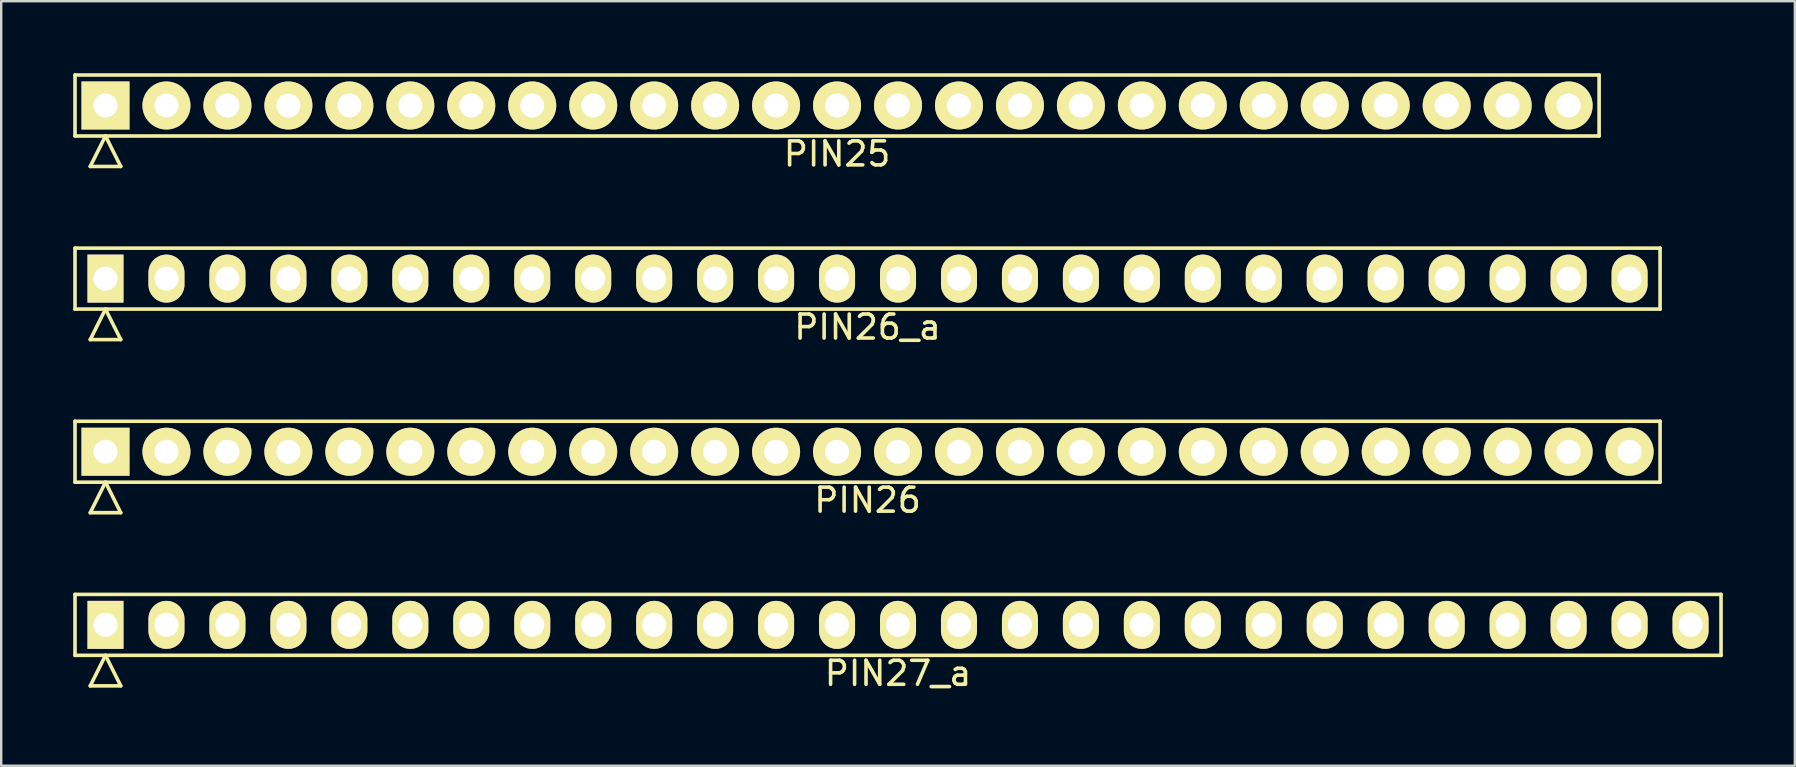
<source format=kicad_pcb>
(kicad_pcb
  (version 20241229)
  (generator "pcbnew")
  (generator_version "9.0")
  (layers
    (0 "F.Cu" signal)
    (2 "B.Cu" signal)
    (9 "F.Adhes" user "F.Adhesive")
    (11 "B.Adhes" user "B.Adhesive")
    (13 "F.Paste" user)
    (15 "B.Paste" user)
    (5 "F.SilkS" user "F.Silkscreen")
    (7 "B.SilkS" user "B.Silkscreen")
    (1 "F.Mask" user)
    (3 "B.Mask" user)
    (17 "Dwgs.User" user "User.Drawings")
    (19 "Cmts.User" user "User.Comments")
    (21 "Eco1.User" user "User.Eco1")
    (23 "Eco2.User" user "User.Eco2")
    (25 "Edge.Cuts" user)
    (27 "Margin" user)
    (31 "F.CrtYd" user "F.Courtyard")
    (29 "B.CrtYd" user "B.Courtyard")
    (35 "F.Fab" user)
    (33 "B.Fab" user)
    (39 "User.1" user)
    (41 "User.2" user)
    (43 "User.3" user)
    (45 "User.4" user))
  (footprint "PIN26"
    (layer "F.Cu")
    (at 33.095 15.771)
    (property "Reference" "PIN26" (at 0 2.02 0) (layer "F.SilkS") (effects (font (size 1 1) (thickness 0.15))))
    (attr through_hole)
    (fp_line (start -33.02 -1.27) (end -33.02 1.27) (stroke (width 0.15) (type solid)) (layer "F.SilkS"))
    (fp_line (start -33.02 1.27) (end 33.02 1.27) (stroke (width 0.15) (type solid)) (layer "F.SilkS"))
    (fp_line (start -32.385 2.54) (end -31.75 1.27) (stroke (width 0.15) (type solid)) (layer "F.SilkS"))
    (fp_line (start -32.385 2.54) (end -31.115 2.54) (stroke (width 0.15) (type solid)) (layer "F.SilkS"))
    (fp_line (start -31.115 2.54) (end -31.75 1.27) (stroke (width 0.15) (type solid)) (layer "F.SilkS"))
    (fp_line (start 33.02 -1.27) (end -33.02 -1.27) (stroke (width 0.15) (type solid)) (layer "F.SilkS"))
    (fp_line (start 33.02 1.27) (end 33.02 -1.27) (stroke (width 0.15) (type solid)) (layer "F.SilkS"))
    (pad "1" thru_hole rect (at -31.75 0) (size 2 2) (drill 1) (layers "*.Cu" "*.Mask" "F.SilkS"))
    (pad "2" thru_hole oval (at -29.21 0) (size 2 2) (drill 1) (layers "*.Cu" "*.Mask" "F.SilkS"))
    (pad "3" thru_hole oval (at -26.67 0) (size 2 2) (drill 1) (layers "*.Cu" "*.Mask" "F.SilkS"))
    (pad "4" thru_hole oval (at -24.13 0) (size 2 2) (drill 1) (layers "*.Cu" "*.Mask" "F.SilkS"))
    (pad "5" thru_hole oval (at -21.59 0) (size 2 2) (drill 1) (layers "*.Cu" "*.Mask" "F.SilkS"))
    (pad "6" thru_hole oval (at -19.05 0) (size 2 2) (drill 1) (layers "*.Cu" "*.Mask" "F.SilkS"))
    (pad "7" thru_hole oval (at -16.51 0) (size 2 2) (drill 1) (layers "*.Cu" "*.Mask" "F.SilkS"))
    (pad "8" thru_hole oval (at -13.97 0) (size 2 2) (drill 1) (layers "*.Cu" "*.Mask" "F.SilkS"))
    (pad "9" thru_hole oval (at -11.43 0) (size 2 2) (drill 1) (layers "*.Cu" "*.Mask" "F.SilkS"))
    (pad "10" thru_hole oval (at -8.89 0) (size 2 2) (drill 1) (layers "*.Cu" "*.Mask" "F.SilkS"))
    (pad "11" thru_hole oval (at -6.35 0) (size 2 2) (drill 1) (layers "*.Cu" "*.Mask" "F.SilkS"))
    (pad "12" thru_hole oval (at -3.81 0) (size 2 2) (drill 1) (layers "*.Cu" "*.Mask" "F.SilkS"))
    (pad "13" thru_hole oval (at -1.27 0) (size 2 2) (drill 1) (layers "*.Cu" "*.Mask" "F.SilkS"))
    (pad "14" thru_hole oval (at 1.27 0) (size 2 2) (drill 1) (layers "*.Cu" "*.Mask" "F.SilkS"))
    (pad "15" thru_hole oval (at 3.81 0) (size 2 2) (drill 1) (layers "*.Cu" "*.Mask" "F.SilkS"))
    (pad "16" thru_hole oval (at 6.35 0) (size 2 2) (drill 1) (layers "*.Cu" "*.Mask" "F.SilkS"))
    (pad "17" thru_hole oval (at 8.89 0) (size 2 2) (drill 1) (layers "*.Cu" "*.Mask" "F.SilkS"))
    (pad "18" thru_hole oval (at 11.43 0) (size 2 2) (drill 1) (layers "*.Cu" "*.Mask" "F.SilkS"))
    (pad "19" thru_hole oval (at 13.97 0) (size 2 2) (drill 1) (layers "*.Cu" "*.Mask" "F.SilkS"))
    (pad "20" thru_hole oval (at 16.51 0) (size 2 2) (drill 1) (layers "*.Cu" "*.Mask" "F.SilkS"))
    (pad "21" thru_hole oval (at 19.05 0) (size 2 2) (drill 1) (layers "*.Cu" "*.Mask" "F.SilkS"))
    (pad "22" thru_hole oval (at 21.59 0) (size 2 2) (drill 1) (layers "*.Cu" "*.Mask" "F.SilkS"))
    (pad "23" thru_hole oval (at 24.13 0) (size 2 2) (drill 1) (layers "*.Cu" "*.Mask" "F.SilkS"))
    (pad "24" thru_hole oval (at 26.67 0) (size 2 2) (drill 1) (layers "*.Cu" "*.Mask" "F.SilkS"))
    (pad "25" thru_hole oval (at 29.21 0) (size 2 2) (drill 1) (layers "*.Cu" "*.Mask" "F.SilkS"))
    (pad "26" thru_hole oval (at 31.75 0) (size 2 2) (drill 1) (layers "*.Cu" "*.Mask" "F.SilkS")))
  (footprint "PIN27_a"
    (layer "F.Cu")
    (at 34.365 22.985)
    (property "Reference" "PIN27_a" (at 0 2.02 0) (layer "F.SilkS") (effects (font (size 1 1) (thickness 0.15))))
    (attr through_hole)
    (fp_line (start -34.29 -1.27) (end -34.29 1.27) (stroke (width 0.15) (type solid)) (layer "F.SilkS"))
    (fp_line (start -34.29 1.27) (end 34.29 1.27) (stroke (width 0.15) (type solid)) (layer "F.SilkS"))
    (fp_line (start -33.655 2.54) (end -33.02 1.27) (stroke (width 0.15) (type solid)) (layer "F.SilkS"))
    (fp_line (start -33.655 2.54) (end -32.385 2.54) (stroke (width 0.15) (type solid)) (layer "F.SilkS"))
    (fp_line (start -32.385 2.54) (end -33.02 1.27) (stroke (width 0.15) (type solid)) (layer "F.SilkS"))
    (fp_line (start 34.29 -1.27) (end -34.29 -1.27) (stroke (width 0.15) (type solid)) (layer "F.SilkS"))
    (fp_line (start 34.29 1.27) (end 34.29 -1.27) (stroke (width 0.15) (type solid)) (layer "F.SilkS"))
    (pad "1" thru_hole rect (at -33.02 0) (size 1.5 2) (drill 1) (layers "*.Cu" "*.Mask" "F.SilkS"))
    (pad "2" thru_hole oval (at -30.48 0) (size 1.5 2) (drill 1) (layers "*.Cu" "*.Mask" "F.SilkS"))
    (pad "3" thru_hole oval (at -27.94 0) (size 1.5 2) (drill 1) (layers "*.Cu" "*.Mask" "F.SilkS"))
    (pad "4" thru_hole oval (at -25.4 0) (size 1.5 2) (drill 1) (layers "*.Cu" "*.Mask" "F.SilkS"))
    (pad "5" thru_hole oval (at -22.86 0) (size 1.5 2) (drill 1) (layers "*.Cu" "*.Mask" "F.SilkS"))
    (pad "6" thru_hole oval (at -20.32 0) (size 1.5 2) (drill 1) (layers "*.Cu" "*.Mask" "F.SilkS"))
    (pad "7" thru_hole oval (at -17.78 0) (size 1.5 2) (drill 1) (layers "*.Cu" "*.Mask" "F.SilkS"))
    (pad "8" thru_hole oval (at -15.24 0) (size 1.5 2) (drill 1) (layers "*.Cu" "*.Mask" "F.SilkS"))
    (pad "9" thru_hole oval (at -12.7 0) (size 1.5 2) (drill 1) (layers "*.Cu" "*.Mask" "F.SilkS"))
    (pad "10" thru_hole oval (at -10.16 0) (size 1.5 2) (drill 1) (layers "*.Cu" "*.Mask" "F.SilkS"))
    (pad "11" thru_hole oval (at -7.62 0) (size 1.5 2) (drill 1) (layers "*.Cu" "*.Mask" "F.SilkS"))
    (pad "12" thru_hole oval (at -5.08 0) (size 1.5 2) (drill 1) (layers "*.Cu" "*.Mask" "F.SilkS"))
    (pad "13" thru_hole oval (at -2.54 0) (size 1.5 2) (drill 1) (layers "*.Cu" "*.Mask" "F.SilkS"))
    (pad "14" thru_hole oval (at 0 0) (size 1.5 2) (drill 1) (layers "*.Cu" "*.Mask" "F.SilkS"))
    (pad "15" thru_hole oval (at 2.54 0) (size 1.5 2) (drill 1) (layers "*.Cu" "*.Mask" "F.SilkS"))
    (pad "16" thru_hole oval (at 5.08 0) (size 1.5 2) (drill 1) (layers "*.Cu" "*.Mask" "F.SilkS"))
    (pad "17" thru_hole oval (at 7.62 0) (size 1.5 2) (drill 1) (layers "*.Cu" "*.Mask" "F.SilkS"))
    (pad "18" thru_hole oval (at 10.16 0) (size 1.5 2) (drill 1) (layers "*.Cu" "*.Mask" "F.SilkS"))
    (pad "19" thru_hole oval (at 12.7 0) (size 1.5 2) (drill 1) (layers "*.Cu" "*.Mask" "F.SilkS"))
    (pad "20" thru_hole oval (at 15.24 0) (size 1.5 2) (drill 1) (layers "*.Cu" "*.Mask" "F.SilkS"))
    (pad "21" thru_hole oval (at 17.78 0) (size 1.5 2) (drill 1) (layers "*.Cu" "*.Mask" "F.SilkS"))
    (pad "22" thru_hole oval (at 20.32 0) (size 1.5 2) (drill 1) (layers "*.Cu" "*.Mask" "F.SilkS"))
    (pad "23" thru_hole oval (at 22.86 0) (size 1.5 2) (drill 1) (layers "*.Cu" "*.Mask" "F.SilkS"))
    (pad "24" thru_hole oval (at 25.4 0) (size 1.5 2) (drill 1) (layers "*.Cu" "*.Mask" "F.SilkS"))
    (pad "25" thru_hole oval (at 27.94 0) (size 1.5 2) (drill 1) (layers "*.Cu" "*.Mask" "F.SilkS"))
    (pad "26" thru_hole oval (at 30.48 0) (size 1.5 2) (drill 1) (layers "*.Cu" "*.Mask" "F.SilkS"))
    (pad "27" thru_hole oval (at 33.02 0) (size 1.5 2) (drill 1) (layers "*.Cu" "*.Mask" "F.SilkS")))
  (footprint "PIN25"
    (layer "F.Cu")
    (at 31.825 1.345)
    (property "Reference" "PIN25" (at 0 2.02 0) (layer "F.SilkS") (effects (font (size 1 1) (thickness 0.15))))
    (attr through_hole)
    (fp_line (start -31.75 -1.27) (end -31.75 1.27) (stroke (width 0.15) (type solid)) (layer "F.SilkS"))
    (fp_line (start -31.75 1.27) (end 31.75 1.27) (stroke (width 0.15) (type solid)) (layer "F.SilkS"))
    (fp_line (start -31.115 2.54) (end -30.48 1.27) (stroke (width 0.15) (type solid)) (layer "F.SilkS"))
    (fp_line (start -31.115 2.54) (end -29.845 2.54) (stroke (width 0.15) (type solid)) (layer "F.SilkS"))
    (fp_line (start -29.845 2.54) (end -30.48 1.27) (stroke (width 0.15) (type solid)) (layer "F.SilkS"))
    (fp_line (start 31.75 -1.27) (end -31.75 -1.27) (stroke (width 0.15) (type solid)) (layer "F.SilkS"))
    (fp_line (start 31.75 1.27) (end 31.75 -1.27) (stroke (width 0.15) (type solid)) (layer "F.SilkS"))
    (pad "1" thru_hole rect (at -30.48 0) (size 2 2) (drill 1) (layers "*.Cu" "*.Mask" "F.SilkS"))
    (pad "2" thru_hole oval (at -27.94 0) (size 2 2) (drill 1) (layers "*.Cu" "*.Mask" "F.SilkS"))
    (pad "3" thru_hole oval (at -25.4 0) (size 2 2) (drill 1) (layers "*.Cu" "*.Mask" "F.SilkS"))
    (pad "4" thru_hole oval (at -22.86 0) (size 2 2) (drill 1) (layers "*.Cu" "*.Mask" "F.SilkS"))
    (pad "5" thru_hole oval (at -20.32 0) (size 2 2) (drill 1) (layers "*.Cu" "*.Mask" "F.SilkS"))
    (pad "6" thru_hole oval (at -17.78 0) (size 2 2) (drill 1) (layers "*.Cu" "*.Mask" "F.SilkS"))
    (pad "7" thru_hole oval (at -15.24 0) (size 2 2) (drill 1) (layers "*.Cu" "*.Mask" "F.SilkS"))
    (pad "8" thru_hole oval (at -12.7 0) (size 2 2) (drill 1) (layers "*.Cu" "*.Mask" "F.SilkS"))
    (pad "9" thru_hole oval (at -10.16 0) (size 2 2) (drill 1) (layers "*.Cu" "*.Mask" "F.SilkS"))
    (pad "10" thru_hole oval (at -7.62 0) (size 2 2) (drill 1) (layers "*.Cu" "*.Mask" "F.SilkS"))
    (pad "11" thru_hole oval (at -5.08 0) (size 2 2) (drill 1) (layers "*.Cu" "*.Mask" "F.SilkS"))
    (pad "12" thru_hole oval (at -2.54 0) (size 2 2) (drill 1) (layers "*.Cu" "*.Mask" "F.SilkS"))
    (pad "13" thru_hole oval (at 0 0) (size 2 2) (drill 1) (layers "*.Cu" "*.Mask" "F.SilkS"))
    (pad "14" thru_hole oval (at 2.54 0) (size 2 2) (drill 1) (layers "*.Cu" "*.Mask" "F.SilkS"))
    (pad "15" thru_hole oval (at 5.08 0) (size 2 2) (drill 1) (layers "*.Cu" "*.Mask" "F.SilkS"))
    (pad "16" thru_hole oval (at 7.62 0) (size 2 2) (drill 1) (layers "*.Cu" "*.Mask" "F.SilkS"))
    (pad "17" thru_hole oval (at 10.16 0) (size 2 2) (drill 1) (layers "*.Cu" "*.Mask" "F.SilkS"))
    (pad "18" thru_hole oval (at 12.7 0) (size 2 2) (drill 1) (layers "*.Cu" "*.Mask" "F.SilkS"))
    (pad "19" thru_hole oval (at 15.24 0) (size 2 2) (drill 1) (layers "*.Cu" "*.Mask" "F.SilkS"))
    (pad "20" thru_hole oval (at 17.78 0) (size 2 2) (drill 1) (layers "*.Cu" "*.Mask" "F.SilkS"))
    (pad "21" thru_hole oval (at 20.32 0) (size 2 2) (drill 1) (layers "*.Cu" "*.Mask" "F.SilkS"))
    (pad "22" thru_hole oval (at 22.86 0) (size 2 2) (drill 1) (layers "*.Cu" "*.Mask" "F.SilkS"))
    (pad "23" thru_hole oval (at 25.4 0) (size 2 2) (drill 1) (layers "*.Cu" "*.Mask" "F.SilkS"))
    (pad "24" thru_hole oval (at 27.94 0) (size 2 2) (drill 1) (layers "*.Cu" "*.Mask" "F.SilkS"))
    (pad "25" thru_hole oval (at 30.48 0) (size 2 2) (drill 1) (layers "*.Cu" "*.Mask" "F.SilkS")))
  (footprint "PIN26_a"
    (layer "F.Cu")
    (at 33.095 8.558)
    (property "Reference" "PIN26_a" (at 0 2.02 0) (layer "F.SilkS") (effects (font (size 1 1) (thickness 0.15))))
    (attr through_hole)
    (fp_line (start -33.02 -1.27) (end -33.02 1.27) (stroke (width 0.15) (type solid)) (layer "F.SilkS"))
    (fp_line (start -33.02 1.27) (end 33.02 1.27) (stroke (width 0.15) (type solid)) (layer "F.SilkS"))
    (fp_line (start -32.385 2.54) (end -31.75 1.27) (stroke (width 0.15) (type solid)) (layer "F.SilkS"))
    (fp_line (start -32.385 2.54) (end -31.115 2.54) (stroke (width 0.15) (type solid)) (layer "F.SilkS"))
    (fp_line (start -31.115 2.54) (end -31.75 1.27) (stroke (width 0.15) (type solid)) (layer "F.SilkS"))
    (fp_line (start 33.02 -1.27) (end -33.02 -1.27) (stroke (width 0.15) (type solid)) (layer "F.SilkS"))
    (fp_line (start 33.02 1.27) (end 33.02 -1.27) (stroke (width 0.15) (type solid)) (layer "F.SilkS"))
    (pad "1" thru_hole rect (at -31.75 0) (size 1.5 2) (drill 1) (layers "*.Cu" "*.Mask" "F.SilkS"))
    (pad "2" thru_hole oval (at -29.21 0) (size 1.5 2) (drill 1) (layers "*.Cu" "*.Mask" "F.SilkS"))
    (pad "3" thru_hole oval (at -26.67 0) (size 1.5 2) (drill 1) (layers "*.Cu" "*.Mask" "F.SilkS"))
    (pad "4" thru_hole oval (at -24.13 0) (size 1.5 2) (drill 1) (layers "*.Cu" "*.Mask" "F.SilkS"))
    (pad "5" thru_hole oval (at -21.59 0) (size 1.5 2) (drill 1) (layers "*.Cu" "*.Mask" "F.SilkS"))
    (pad "6" thru_hole oval (at -19.05 0) (size 1.5 2) (drill 1) (layers "*.Cu" "*.Mask" "F.SilkS"))
    (pad "7" thru_hole oval (at -16.51 0) (size 1.5 2) (drill 1) (layers "*.Cu" "*.Mask" "F.SilkS"))
    (pad "8" thru_hole oval (at -13.97 0) (size 1.5 2) (drill 1) (layers "*.Cu" "*.Mask" "F.SilkS"))
    (pad "9" thru_hole oval (at -11.43 0) (size 1.5 2) (drill 1) (layers "*.Cu" "*.Mask" "F.SilkS"))
    (pad "10" thru_hole oval (at -8.89 0) (size 1.5 2) (drill 1) (layers "*.Cu" "*.Mask" "F.SilkS"))
    (pad "11" thru_hole oval (at -6.35 0) (size 1.5 2) (drill 1) (layers "*.Cu" "*.Mask" "F.SilkS"))
    (pad "12" thru_hole oval (at -3.81 0) (size 1.5 2) (drill 1) (layers "*.Cu" "*.Mask" "F.SilkS"))
    (pad "13" thru_hole oval (at -1.27 0) (size 1.5 2) (drill 1) (layers "*.Cu" "*.Mask" "F.SilkS"))
    (pad "14" thru_hole oval (at 1.27 0) (size 1.5 2) (drill 1) (layers "*.Cu" "*.Mask" "F.SilkS"))
    (pad "15" thru_hole oval (at 3.81 0) (size 1.5 2) (drill 1) (layers "*.Cu" "*.Mask" "F.SilkS"))
    (pad "16" thru_hole oval (at 6.35 0) (size 1.5 2) (drill 1) (layers "*.Cu" "*.Mask" "F.SilkS"))
    (pad "17" thru_hole oval (at 8.89 0) (size 1.5 2) (drill 1) (layers "*.Cu" "*.Mask" "F.SilkS"))
    (pad "18" thru_hole oval (at 11.43 0) (size 1.5 2) (drill 1) (layers "*.Cu" "*.Mask" "F.SilkS"))
    (pad "19" thru_hole oval (at 13.97 0) (size 1.5 2) (drill 1) (layers "*.Cu" "*.Mask" "F.SilkS"))
    (pad "20" thru_hole oval (at 16.51 0) (size 1.5 2) (drill 1) (layers "*.Cu" "*.Mask" "F.SilkS"))
    (pad "21" thru_hole oval (at 19.05 0) (size 1.5 2) (drill 1) (layers "*.Cu" "*.Mask" "F.SilkS"))
    (pad "22" thru_hole oval (at 21.59 0) (size 1.5 2) (drill 1) (layers "*.Cu" "*.Mask" "F.SilkS"))
    (pad "23" thru_hole oval (at 24.13 0) (size 1.5 2) (drill 1) (layers "*.Cu" "*.Mask" "F.SilkS"))
    (pad "24" thru_hole oval (at 26.67 0) (size 1.5 2) (drill 1) (layers "*.Cu" "*.Mask" "F.SilkS"))
    (pad "25" thru_hole oval (at 29.21 0) (size 1.5 2) (drill 1) (layers "*.Cu" "*.Mask" "F.SilkS"))
    (pad "26" thru_hole oval (at 31.75 0) (size 1.5 2) (drill 1) (layers "*.Cu" "*.Mask" "F.SilkS")))
  (gr_rect
    (start -3 -3)
    (end 71.73 28.853)
    (stroke (width 0.1) (type default))
    (fill no)
    (layer "Edge.Cuts")))
</source>
